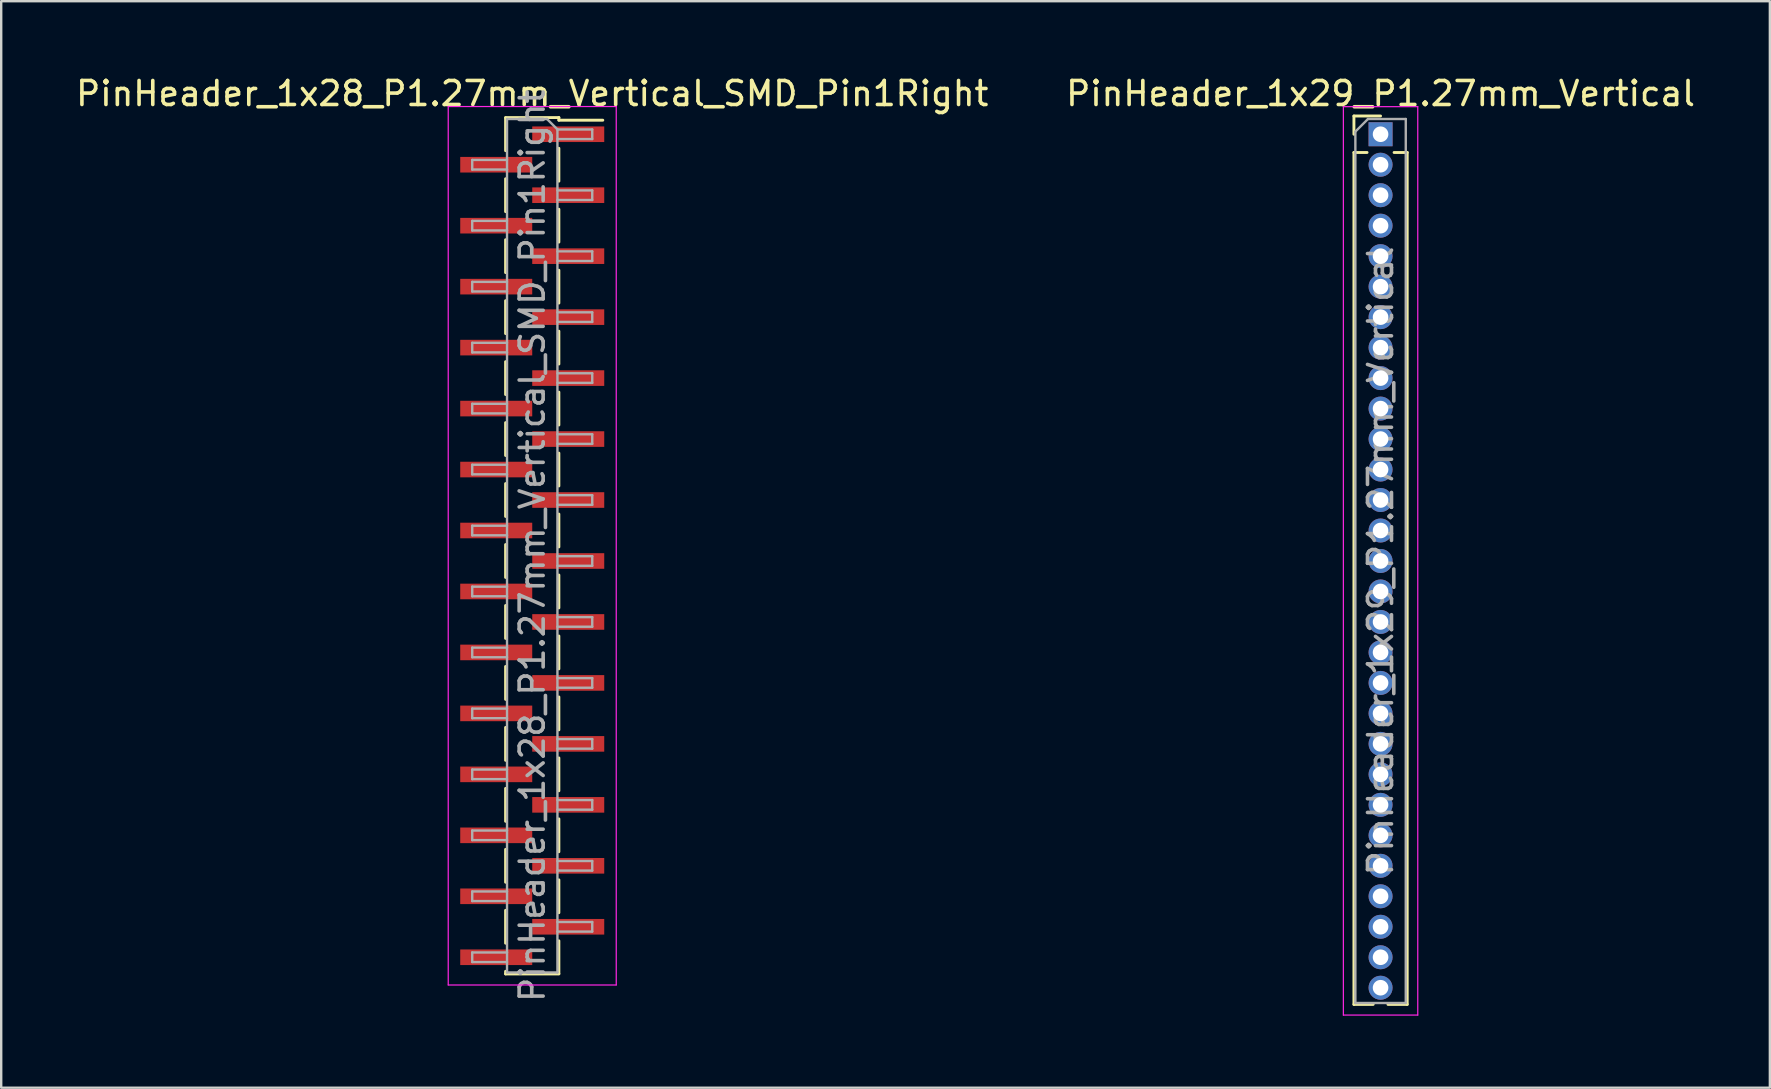
<source format=kicad_pcb>
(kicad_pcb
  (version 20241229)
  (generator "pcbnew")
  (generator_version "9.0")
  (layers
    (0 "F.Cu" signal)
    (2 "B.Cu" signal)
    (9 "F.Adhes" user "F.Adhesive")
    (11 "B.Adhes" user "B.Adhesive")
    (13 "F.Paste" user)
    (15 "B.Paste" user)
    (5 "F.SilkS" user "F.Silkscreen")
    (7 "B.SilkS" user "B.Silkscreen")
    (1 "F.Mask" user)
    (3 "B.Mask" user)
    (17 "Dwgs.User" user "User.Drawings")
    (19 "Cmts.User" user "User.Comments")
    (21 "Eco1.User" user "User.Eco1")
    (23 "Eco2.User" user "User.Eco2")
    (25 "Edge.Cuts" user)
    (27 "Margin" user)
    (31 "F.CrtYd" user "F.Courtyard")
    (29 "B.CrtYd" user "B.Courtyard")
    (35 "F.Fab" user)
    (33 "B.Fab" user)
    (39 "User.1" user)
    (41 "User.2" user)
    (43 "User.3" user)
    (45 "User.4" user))
  (footprint "PinHeader_1x29_P1.27mm_Vertical"
    (layer "F.Cu")
    (at 54.47 2.543)
    (property "Reference" "PinHeader_1x29_P1.27mm_Vertical" (at 0 -1.695 0) (layer "F.SilkS") (effects (font (size 1 1) (thickness 0.15))))
    (attr through_hole)
    (fp_line (start -1.11 -0.76) (end 0 -0.76) (stroke (width 0.12) (type solid)) (layer "F.SilkS"))
    (fp_line (start -1.11 0) (end -1.11 -0.76) (stroke (width 0.12) (type solid)) (layer "F.SilkS"))
    (fp_line (start -1.11 0.76) (end -1.11 36.255) (stroke (width 0.12) (type solid)) (layer "F.SilkS"))
    (fp_line (start -1.11 0.76) (end -0.563 0.76) (stroke (width 0.12) (type solid)) (layer "F.SilkS"))
    (fp_line (start -1.11 36.255) (end -0.308 36.255) (stroke (width 0.12) (type solid)) (layer "F.SilkS"))
    (fp_line (start 0.308 36.255) (end 1.11 36.255) (stroke (width 0.12) (type solid)) (layer "F.SilkS"))
    (fp_line (start 0.563 0.76) (end 1.11 0.76) (stroke (width 0.12) (type solid)) (layer "F.SilkS"))
    (fp_line (start 1.11 0.76) (end 1.11 36.255) (stroke (width 0.12) (type solid)) (layer "F.SilkS"))
    (fp_line (start -1.55 -1.15) (end -1.55 36.7) (stroke (width 0.05) (type solid)) (layer "F.CrtYd"))
    (fp_line (start -1.55 36.7) (end 1.55 36.7) (stroke (width 0.05) (type solid)) (layer "F.CrtYd"))
    (fp_line (start 1.55 -1.15) (end -1.55 -1.15) (stroke (width 0.05) (type solid)) (layer "F.CrtYd"))
    (fp_line (start 1.55 36.7) (end 1.55 -1.15) (stroke (width 0.05) (type solid)) (layer "F.CrtYd"))
    (fp_line (start -1.05 -0.11) (end -0.525 -0.635) (stroke (width 0.1) (type solid)) (layer "F.Fab"))
    (fp_line (start -1.05 36.195) (end -1.05 -0.11) (stroke (width 0.1) (type solid)) (layer "F.Fab"))
    (fp_line (start -0.525 -0.635) (end 1.05 -0.635) (stroke (width 0.1) (type solid)) (layer "F.Fab"))
    (fp_line (start 1.05 -0.635) (end 1.05 36.195) (stroke (width 0.1) (type solid)) (layer "F.Fab"))
    (fp_line (start 1.05 36.195) (end -1.05 36.195) (stroke (width 0.1) (type solid)) (layer "F.Fab"))
    (fp_text user "${REFERENCE}" (at 0 17.78 90) (layer "F.Fab") (effects (font (size 1 1) (thickness 0.15))))
    (pad "1" thru_hole rect (at 0 0) (size 1 1) (drill 0.65) (layers "*.Cu" "*.Mask"))
    (pad "2" thru_hole oval (at 0 1.27) (size 1 1) (drill 0.65) (layers "*.Cu" "*.Mask"))
    (pad "3" thru_hole oval (at 0 2.54) (size 1 1) (drill 0.65) (layers "*.Cu" "*.Mask"))
    (pad "4" thru_hole oval (at 0 3.81) (size 1 1) (drill 0.65) (layers "*.Cu" "*.Mask"))
    (pad "5" thru_hole oval (at 0 5.08) (size 1 1) (drill 0.65) (layers "*.Cu" "*.Mask"))
    (pad "6" thru_hole oval (at 0 6.35) (size 1 1) (drill 0.65) (layers "*.Cu" "*.Mask"))
    (pad "7" thru_hole oval (at 0 7.62) (size 1 1) (drill 0.65) (layers "*.Cu" "*.Mask"))
    (pad "8" thru_hole oval (at 0 8.89) (size 1 1) (drill 0.65) (layers "*.Cu" "*.Mask"))
    (pad "9" thru_hole oval (at 0 10.16) (size 1 1) (drill 0.65) (layers "*.Cu" "*.Mask"))
    (pad "10" thru_hole oval (at 0 11.43) (size 1 1) (drill 0.65) (layers "*.Cu" "*.Mask"))
    (pad "11" thru_hole oval (at 0 12.7) (size 1 1) (drill 0.65) (layers "*.Cu" "*.Mask"))
    (pad "12" thru_hole oval (at 0 13.97) (size 1 1) (drill 0.65) (layers "*.Cu" "*.Mask"))
    (pad "13" thru_hole oval (at 0 15.24) (size 1 1) (drill 0.65) (layers "*.Cu" "*.Mask"))
    (pad "14" thru_hole oval (at 0 16.51) (size 1 1) (drill 0.65) (layers "*.Cu" "*.Mask"))
    (pad "15" thru_hole oval (at 0 17.78) (size 1 1) (drill 0.65) (layers "*.Cu" "*.Mask"))
    (pad "16" thru_hole oval (at 0 19.05) (size 1 1) (drill 0.65) (layers "*.Cu" "*.Mask"))
    (pad "17" thru_hole oval (at 0 20.32) (size 1 1) (drill 0.65) (layers "*.Cu" "*.Mask"))
    (pad "18" thru_hole oval (at 0 21.59) (size 1 1) (drill 0.65) (layers "*.Cu" "*.Mask"))
    (pad "19" thru_hole oval (at 0 22.86) (size 1 1) (drill 0.65) (layers "*.Cu" "*.Mask"))
    (pad "20" thru_hole oval (at 0 24.13) (size 1 1) (drill 0.65) (layers "*.Cu" "*.Mask"))
    (pad "21" thru_hole oval (at 0 25.4) (size 1 1) (drill 0.65) (layers "*.Cu" "*.Mask"))
    (pad "22" thru_hole oval (at 0 26.67) (size 1 1) (drill 0.65) (layers "*.Cu" "*.Mask"))
    (pad "23" thru_hole oval (at 0 27.94) (size 1 1) (drill 0.65) (layers "*.Cu" "*.Mask"))
    (pad "24" thru_hole oval (at 0 29.21) (size 1 1) (drill 0.65) (layers "*.Cu" "*.Mask"))
    (pad "25" thru_hole oval (at 0 30.48) (size 1 1) (drill 0.65) (layers "*.Cu" "*.Mask"))
    (pad "26" thru_hole oval (at 0 31.75) (size 1 1) (drill 0.65) (layers "*.Cu" "*.Mask"))
    (pad "27" thru_hole oval (at 0 33.02) (size 1 1) (drill 0.65) (layers "*.Cu" "*.Mask"))
    (pad "28" thru_hole oval (at 0 34.29) (size 1 1) (drill 0.65) (layers "*.Cu" "*.Mask"))
    (pad "29" thru_hole oval (at 0 35.56) (size 1 1) (drill 0.65) (layers "*.Cu" "*.Mask")))
  (footprint "PinHeader_1x28_P1.27mm_Vertical_SMD_Pin1Right"
    (layer "F.Cu")
    (at 19.125 19.688)
    (property "Reference" "PinHeader_1x28_P1.27mm_Vertical_SMD_Pin1Right" (at 0 -18.84 0) (layer "F.SilkS") (effects (font (size 1 1) (thickness 0.15))))
    (attr smd)
    (fp_line (start -1.11 -17.84) (end 1.11 -17.84) (stroke (width 0.12) (type solid)) (layer "F.SilkS"))
    (fp_line (start -1.11 -17.83) (end -1.11 -16.46) (stroke (width 0.12) (type solid)) (layer "F.SilkS"))
    (fp_line (start -1.11 -15.29) (end -1.11 -13.92) (stroke (width 0.12) (type solid)) (layer "F.SilkS"))
    (fp_line (start -1.11 -12.75) (end -1.11 -11.38) (stroke (width 0.12) (type solid)) (layer "F.SilkS"))
    (fp_line (start -1.11 -10.21) (end -1.11 -8.84) (stroke (width 0.12) (type solid)) (layer "F.SilkS"))
    (fp_line (start -1.11 -7.67) (end -1.11 -6.3) (stroke (width 0.12) (type solid)) (layer "F.SilkS"))
    (fp_line (start -1.11 -5.13) (end -1.11 -3.76) (stroke (width 0.12) (type solid)) (layer "F.SilkS"))
    (fp_line (start -1.11 -2.59) (end -1.11 -1.22) (stroke (width 0.12) (type solid)) (layer "F.SilkS"))
    (fp_line (start -1.11 -0.05) (end -1.11 1.32) (stroke (width 0.12) (type solid)) (layer "F.SilkS"))
    (fp_line (start -1.11 2.49) (end -1.11 3.86) (stroke (width 0.12) (type solid)) (layer "F.SilkS"))
    (fp_line (start -1.11 5.03) (end -1.11 6.4) (stroke (width 0.12) (type solid)) (layer "F.SilkS"))
    (fp_line (start -1.11 7.57) (end -1.11 8.94) (stroke (width 0.12) (type solid)) (layer "F.SilkS"))
    (fp_line (start -1.11 10.11) (end -1.11 11.48) (stroke (width 0.12) (type solid)) (layer "F.SilkS"))
    (fp_line (start -1.11 12.65) (end -1.11 14.02) (stroke (width 0.12) (type solid)) (layer "F.SilkS"))
    (fp_line (start -1.11 15.19) (end -1.11 16.56) (stroke (width 0.12) (type solid)) (layer "F.SilkS"))
    (fp_line (start -1.11 17.73) (end -1.11 17.84) (stroke (width 0.12) (type solid)) (layer "F.SilkS"))
    (fp_line (start -1.11 17.84) (end 1.11 17.84) (stroke (width 0.12) (type solid)) (layer "F.SilkS"))
    (fp_line (start 1.11 -17.84) (end 1.11 -17.73) (stroke (width 0.12) (type solid)) (layer "F.SilkS"))
    (fp_line (start 1.11 -17.73) (end 2.94 -17.73) (stroke (width 0.12) (type solid)) (layer "F.SilkS"))
    (fp_line (start 1.11 -16.56) (end 1.11 -15.19) (stroke (width 0.12) (type solid)) (layer "F.SilkS"))
    (fp_line (start 1.11 -14.02) (end 1.11 -12.65) (stroke (width 0.12) (type solid)) (layer "F.SilkS"))
    (fp_line (start 1.11 -11.48) (end 1.11 -10.11) (stroke (width 0.12) (type solid)) (layer "F.SilkS"))
    (fp_line (start 1.11 -8.94) (end 1.11 -7.57) (stroke (width 0.12) (type solid)) (layer "F.SilkS"))
    (fp_line (start 1.11 -6.4) (end 1.11 -5.03) (stroke (width 0.12) (type solid)) (layer "F.SilkS"))
    (fp_line (start 1.11 -3.86) (end 1.11 -2.49) (stroke (width 0.12) (type solid)) (layer "F.SilkS"))
    (fp_line (start 1.11 -1.32) (end 1.11 0.05) (stroke (width 0.12) (type solid)) (layer "F.SilkS"))
    (fp_line (start 1.11 1.22) (end 1.11 2.59) (stroke (width 0.12) (type solid)) (layer "F.SilkS"))
    (fp_line (start 1.11 3.76) (end 1.11 5.13) (stroke (width 0.12) (type solid)) (layer "F.SilkS"))
    (fp_line (start 1.11 6.3) (end 1.11 7.67) (stroke (width 0.12) (type solid)) (layer "F.SilkS"))
    (fp_line (start 1.11 8.84) (end 1.11 10.21) (stroke (width 0.12) (type solid)) (layer "F.SilkS"))
    (fp_line (start 1.11 11.38) (end 1.11 12.75) (stroke (width 0.12) (type solid)) (layer "F.SilkS"))
    (fp_line (start 1.11 13.92) (end 1.11 15.29) (stroke (width 0.12) (type solid)) (layer "F.SilkS"))
    (fp_line (start 1.11 16.46) (end 1.11 17.83) (stroke (width 0.12) (type solid)) (layer "F.SilkS"))
    (fp_line (start -3.5 -18.3) (end -3.5 18.3) (stroke (width 0.05) (type solid)) (layer "F.CrtYd"))
    (fp_line (start -3.5 18.3) (end 3.5 18.3) (stroke (width 0.05) (type solid)) (layer "F.CrtYd"))
    (fp_line (start 3.5 -18.3) (end -3.5 -18.3) (stroke (width 0.05) (type solid)) (layer "F.CrtYd"))
    (fp_line (start 3.5 18.3) (end 3.5 -18.3) (stroke (width 0.05) (type solid)) (layer "F.CrtYd"))
    (fp_line (start -2.5 -16.075) (end -2.5 -15.675) (stroke (width 0.1) (type solid)) (layer "F.Fab"))
    (fp_line (start -2.5 -15.675) (end -1.05 -15.675) (stroke (width 0.1) (type solid)) (layer "F.Fab"))
    (fp_line (start -2.5 -13.535) (end -2.5 -13.135) (stroke (width 0.1) (type solid)) (layer "F.Fab"))
    (fp_line (start -2.5 -13.135) (end -1.05 -13.135) (stroke (width 0.1) (type solid)) (layer "F.Fab"))
    (fp_line (start -2.5 -10.995) (end -2.5 -10.595) (stroke (width 0.1) (type solid)) (layer "F.Fab"))
    (fp_line (start -2.5 -10.595) (end -1.05 -10.595) (stroke (width 0.1) (type solid)) (layer "F.Fab"))
    (fp_line (start -2.5 -8.455) (end -2.5 -8.055) (stroke (width 0.1) (type solid)) (layer "F.Fab"))
    (fp_line (start -2.5 -8.055) (end -1.05 -8.055) (stroke (width 0.1) (type solid)) (layer "F.Fab"))
    (fp_line (start -2.5 -5.915) (end -2.5 -5.515) (stroke (width 0.1) (type solid)) (layer "F.Fab"))
    (fp_line (start -2.5 -5.515) (end -1.05 -5.515) (stroke (width 0.1) (type solid)) (layer "F.Fab"))
    (fp_line (start -2.5 -3.375) (end -2.5 -2.975) (stroke (width 0.1) (type solid)) (layer "F.Fab"))
    (fp_line (start -2.5 -2.975) (end -1.05 -2.975) (stroke (width 0.1) (type solid)) (layer "F.Fab"))
    (fp_line (start -2.5 -0.835) (end -2.5 -0.435) (stroke (width 0.1) (type solid)) (layer "F.Fab"))
    (fp_line (start -2.5 -0.435) (end -1.05 -0.435) (stroke (width 0.1) (type solid)) (layer "F.Fab"))
    (fp_line (start -2.5 1.705) (end -2.5 2.105) (stroke (width 0.1) (type solid)) (layer "F.Fab"))
    (fp_line (start -2.5 2.105) (end -1.05 2.105) (stroke (width 0.1) (type solid)) (layer "F.Fab"))
    (fp_line (start -2.5 4.245) (end -2.5 4.645) (stroke (width 0.1) (type solid)) (layer "F.Fab"))
    (fp_line (start -2.5 4.645) (end -1.05 4.645) (stroke (width 0.1) (type solid)) (layer "F.Fab"))
    (fp_line (start -2.5 6.785) (end -2.5 7.185) (stroke (width 0.1) (type solid)) (layer "F.Fab"))
    (fp_line (start -2.5 7.185) (end -1.05 7.185) (stroke (width 0.1) (type solid)) (layer "F.Fab"))
    (fp_line (start -2.5 9.325) (end -2.5 9.725) (stroke (width 0.1) (type solid)) (layer "F.Fab"))
    (fp_line (start -2.5 9.725) (end -1.05 9.725) (stroke (width 0.1) (type solid)) (layer "F.Fab"))
    (fp_line (start -2.5 11.865) (end -2.5 12.265) (stroke (width 0.1) (type solid)) (layer "F.Fab"))
    (fp_line (start -2.5 12.265) (end -1.05 12.265) (stroke (width 0.1) (type solid)) (layer "F.Fab"))
    (fp_line (start -2.5 14.405) (end -2.5 14.805) (stroke (width 0.1) (type solid)) (layer "F.Fab"))
    (fp_line (start -2.5 14.805) (end -1.05 14.805) (stroke (width 0.1) (type solid)) (layer "F.Fab"))
    (fp_line (start -2.5 16.945) (end -2.5 17.345) (stroke (width 0.1) (type solid)) (layer "F.Fab"))
    (fp_line (start -2.5 17.345) (end -1.05 17.345) (stroke (width 0.1) (type solid)) (layer "F.Fab"))
    (fp_line (start -1.05 -17.78) (end -1.05 17.78) (stroke (width 0.1) (type solid)) (layer "F.Fab"))
    (fp_line (start -1.05 -17.78) (end 0.615 -17.78) (stroke (width 0.1) (type solid)) (layer "F.Fab"))
    (fp_line (start -1.05 -16.075) (end -2.5 -16.075) (stroke (width 0.1) (type solid)) (layer "F.Fab"))
    (fp_line (start -1.05 -13.535) (end -2.5 -13.535) (stroke (width 0.1) (type solid)) (layer "F.Fab"))
    (fp_line (start -1.05 -10.995) (end -2.5 -10.995) (stroke (width 0.1) (type solid)) (layer "F.Fab"))
    (fp_line (start -1.05 -8.455) (end -2.5 -8.455) (stroke (width 0.1) (type solid)) (layer "F.Fab"))
    (fp_line (start -1.05 -5.915) (end -2.5 -5.915) (stroke (width 0.1) (type solid)) (layer "F.Fab"))
    (fp_line (start -1.05 -3.375) (end -2.5 -3.375) (stroke (width 0.1) (type solid)) (layer "F.Fab"))
    (fp_line (start -1.05 -0.835) (end -2.5 -0.835) (stroke (width 0.1) (type solid)) (layer "F.Fab"))
    (fp_line (start -1.05 1.705) (end -2.5 1.705) (stroke (width 0.1) (type solid)) (layer "F.Fab"))
    (fp_line (start -1.05 4.245) (end -2.5 4.245) (stroke (width 0.1) (type solid)) (layer "F.Fab"))
    (fp_line (start -1.05 6.785) (end -2.5 6.785) (stroke (width 0.1) (type solid)) (layer "F.Fab"))
    (fp_line (start -1.05 9.325) (end -2.5 9.325) (stroke (width 0.1) (type solid)) (layer "F.Fab"))
    (fp_line (start -1.05 11.865) (end -2.5 11.865) (stroke (width 0.1) (type solid)) (layer "F.Fab"))
    (fp_line (start -1.05 14.405) (end -2.5 14.405) (stroke (width 0.1) (type solid)) (layer "F.Fab"))
    (fp_line (start -1.05 16.945) (end -2.5 16.945) (stroke (width 0.1) (type solid)) (layer "F.Fab"))
    (fp_line (start 1.05 -17.345) (end 0.615 -17.78) (stroke (width 0.1) (type solid)) (layer "F.Fab"))
    (fp_line (start 1.05 -17.345) (end 2.5 -17.345) (stroke (width 0.1) (type solid)) (layer "F.Fab"))
    (fp_line (start 1.05 -14.805) (end 2.5 -14.805) (stroke (width 0.1) (type solid)) (layer "F.Fab"))
    (fp_line (start 1.05 -12.265) (end 2.5 -12.265) (stroke (width 0.1) (type solid)) (layer "F.Fab"))
    (fp_line (start 1.05 -9.725) (end 2.5 -9.725) (stroke (width 0.1) (type solid)) (layer "F.Fab"))
    (fp_line (start 1.05 -7.185) (end 2.5 -7.185) (stroke (width 0.1) (type solid)) (layer "F.Fab"))
    (fp_line (start 1.05 -4.645) (end 2.5 -4.645) (stroke (width 0.1) (type solid)) (layer "F.Fab"))
    (fp_line (start 1.05 -2.105) (end 2.5 -2.105) (stroke (width 0.1) (type solid)) (layer "F.Fab"))
    (fp_line (start 1.05 0.435) (end 2.5 0.435) (stroke (width 0.1) (type solid)) (layer "F.Fab"))
    (fp_line (start 1.05 2.975) (end 2.5 2.975) (stroke (width 0.1) (type solid)) (layer "F.Fab"))
    (fp_line (start 1.05 5.515) (end 2.5 5.515) (stroke (width 0.1) (type solid)) (layer "F.Fab"))
    (fp_line (start 1.05 8.055) (end 2.5 8.055) (stroke (width 0.1) (type solid)) (layer "F.Fab"))
    (fp_line (start 1.05 10.595) (end 2.5 10.595) (stroke (width 0.1) (type solid)) (layer "F.Fab"))
    (fp_line (start 1.05 13.135) (end 2.5 13.135) (stroke (width 0.1) (type solid)) (layer "F.Fab"))
    (fp_line (start 1.05 15.675) (end 2.5 15.675) (stroke (width 0.1) (type solid)) (layer "F.Fab"))
    (fp_line (start 1.05 17.78) (end -1.05 17.78) (stroke (width 0.1) (type solid)) (layer "F.Fab"))
    (fp_line (start 1.05 17.78) (end 1.05 -17.345) (stroke (width 0.1) (type solid)) (layer "F.Fab"))
    (fp_line (start 2.5 -17.345) (end 2.5 -16.945) (stroke (width 0.1) (type solid)) (layer "F.Fab"))
    (fp_line (start 2.5 -16.945) (end 1.05 -16.945) (stroke (width 0.1) (type solid)) (layer "F.Fab"))
    (fp_line (start 2.5 -14.805) (end 2.5 -14.405) (stroke (width 0.1) (type solid)) (layer "F.Fab"))
    (fp_line (start 2.5 -14.405) (end 1.05 -14.405) (stroke (width 0.1) (type solid)) (layer "F.Fab"))
    (fp_line (start 2.5 -12.265) (end 2.5 -11.865) (stroke (width 0.1) (type solid)) (layer "F.Fab"))
    (fp_line (start 2.5 -11.865) (end 1.05 -11.865) (stroke (width 0.1) (type solid)) (layer "F.Fab"))
    (fp_line (start 2.5 -9.725) (end 2.5 -9.325) (stroke (width 0.1) (type solid)) (layer "F.Fab"))
    (fp_line (start 2.5 -9.325) (end 1.05 -9.325) (stroke (width 0.1) (type solid)) (layer "F.Fab"))
    (fp_line (start 2.5 -7.185) (end 2.5 -6.785) (stroke (width 0.1) (type solid)) (layer "F.Fab"))
    (fp_line (start 2.5 -6.785) (end 1.05 -6.785) (stroke (width 0.1) (type solid)) (layer "F.Fab"))
    (fp_line (start 2.5 -4.645) (end 2.5 -4.245) (stroke (width 0.1) (type solid)) (layer "F.Fab"))
    (fp_line (start 2.5 -4.245) (end 1.05 -4.245) (stroke (width 0.1) (type solid)) (layer "F.Fab"))
    (fp_line (start 2.5 -2.105) (end 2.5 -1.705) (stroke (width 0.1) (type solid)) (layer "F.Fab"))
    (fp_line (start 2.5 -1.705) (end 1.05 -1.705) (stroke (width 0.1) (type solid)) (layer "F.Fab"))
    (fp_line (start 2.5 0.435) (end 2.5 0.835) (stroke (width 0.1) (type solid)) (layer "F.Fab"))
    (fp_line (start 2.5 0.835) (end 1.05 0.835) (stroke (width 0.1) (type solid)) (layer "F.Fab"))
    (fp_line (start 2.5 2.975) (end 2.5 3.375) (stroke (width 0.1) (type solid)) (layer "F.Fab"))
    (fp_line (start 2.5 3.375) (end 1.05 3.375) (stroke (width 0.1) (type solid)) (layer "F.Fab"))
    (fp_line (start 2.5 5.515) (end 2.5 5.915) (stroke (width 0.1) (type solid)) (layer "F.Fab"))
    (fp_line (start 2.5 5.915) (end 1.05 5.915) (stroke (width 0.1) (type solid)) (layer "F.Fab"))
    (fp_line (start 2.5 8.055) (end 2.5 8.455) (stroke (width 0.1) (type solid)) (layer "F.Fab"))
    (fp_line (start 2.5 8.455) (end 1.05 8.455) (stroke (width 0.1) (type solid)) (layer "F.Fab"))
    (fp_line (start 2.5 10.595) (end 2.5 10.995) (stroke (width 0.1) (type solid)) (layer "F.Fab"))
    (fp_line (start 2.5 10.995) (end 1.05 10.995) (stroke (width 0.1) (type solid)) (layer "F.Fab"))
    (fp_line (start 2.5 13.135) (end 2.5 13.535) (stroke (width 0.1) (type solid)) (layer "F.Fab"))
    (fp_line (start 2.5 13.535) (end 1.05 13.535) (stroke (width 0.1) (type solid)) (layer "F.Fab"))
    (fp_line (start 2.5 15.675) (end 2.5 16.075) (stroke (width 0.1) (type solid)) (layer "F.Fab"))
    (fp_line (start 2.5 16.075) (end 1.05 16.075) (stroke (width 0.1) (type solid)) (layer "F.Fab"))
    (fp_text user "${REFERENCE}" (at 0 0 90) (layer "F.Fab") (effects (font (size 1 1) (thickness 0.15))))
    (pad "1" smd rect (at 1.5 -17.145) (size 3 0.65) (layers "F.Cu" "F.Mask" "F.Paste"))
    (pad "2" smd rect (at -1.5 -15.875) (size 3 0.65) (layers "F.Cu" "F.Mask" "F.Paste"))
    (pad "3" smd rect (at 1.5 -14.605) (size 3 0.65) (layers "F.Cu" "F.Mask" "F.Paste"))
    (pad "4" smd rect (at -1.5 -13.335) (size 3 0.65) (layers "F.Cu" "F.Mask" "F.Paste"))
    (pad "5" smd rect (at 1.5 -12.065) (size 3 0.65) (layers "F.Cu" "F.Mask" "F.Paste"))
    (pad "6" smd rect (at -1.5 -10.795) (size 3 0.65) (layers "F.Cu" "F.Mask" "F.Paste"))
    (pad "7" smd rect (at 1.5 -9.525) (size 3 0.65) (layers "F.Cu" "F.Mask" "F.Paste"))
    (pad "8" smd rect (at -1.5 -8.255) (size 3 0.65) (layers "F.Cu" "F.Mask" "F.Paste"))
    (pad "9" smd rect (at 1.5 -6.985) (size 3 0.65) (layers "F.Cu" "F.Mask" "F.Paste"))
    (pad "10" smd rect (at -1.5 -5.715) (size 3 0.65) (layers "F.Cu" "F.Mask" "F.Paste"))
    (pad "11" smd rect (at 1.5 -4.445) (size 3 0.65) (layers "F.Cu" "F.Mask" "F.Paste"))
    (pad "12" smd rect (at -1.5 -3.175) (size 3 0.65) (layers "F.Cu" "F.Mask" "F.Paste"))
    (pad "13" smd rect (at 1.5 -1.905) (size 3 0.65) (layers "F.Cu" "F.Mask" "F.Paste"))
    (pad "14" smd rect (at -1.5 -0.635) (size 3 0.65) (layers "F.Cu" "F.Mask" "F.Paste"))
    (pad "15" smd rect (at 1.5 0.635) (size 3 0.65) (layers "F.Cu" "F.Mask" "F.Paste"))
    (pad "16" smd rect (at -1.5 1.905) (size 3 0.65) (layers "F.Cu" "F.Mask" "F.Paste"))
    (pad "17" smd rect (at 1.5 3.175) (size 3 0.65) (layers "F.Cu" "F.Mask" "F.Paste"))
    (pad "18" smd rect (at -1.5 4.445) (size 3 0.65) (layers "F.Cu" "F.Mask" "F.Paste"))
    (pad "19" smd rect (at 1.5 5.715) (size 3 0.65) (layers "F.Cu" "F.Mask" "F.Paste"))
    (pad "20" smd rect (at -1.5 6.985) (size 3 0.65) (layers "F.Cu" "F.Mask" "F.Paste"))
    (pad "21" smd rect (at 1.5 8.255) (size 3 0.65) (layers "F.Cu" "F.Mask" "F.Paste"))
    (pad "22" smd rect (at -1.5 9.525) (size 3 0.65) (layers "F.Cu" "F.Mask" "F.Paste"))
    (pad "23" smd rect (at 1.5 10.795) (size 3 0.65) (layers "F.Cu" "F.Mask" "F.Paste"))
    (pad "24" smd rect (at -1.5 12.065) (size 3 0.65) (layers "F.Cu" "F.Mask" "F.Paste"))
    (pad "25" smd rect (at 1.5 13.335) (size 3 0.65) (layers "F.Cu" "F.Mask" "F.Paste"))
    (pad "26" smd rect (at -1.5 14.605) (size 3 0.65) (layers "F.Cu" "F.Mask" "F.Paste"))
    (pad "27" smd rect (at 1.5 15.875) (size 3 0.65) (layers "F.Cu" "F.Mask" "F.Paste"))
    (pad "28" smd rect (at -1.5 17.145) (size 3 0.65) (layers "F.Cu" "F.Mask" "F.Paste")))
  (gr_rect
    (start -3 -3)
    (end 70.69 42.268)
    (stroke (width 0.1) (type default))
    (fill no)
    (layer "Edge.Cuts")))
</source>
